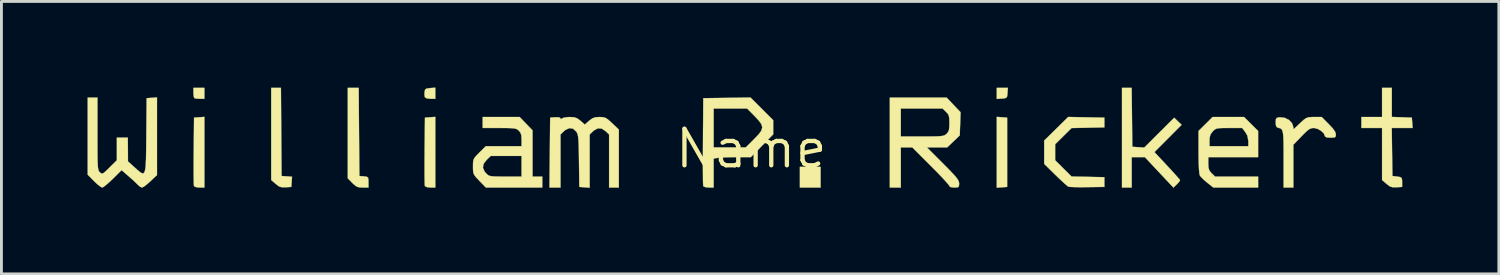
<source format=kicad_pcb>
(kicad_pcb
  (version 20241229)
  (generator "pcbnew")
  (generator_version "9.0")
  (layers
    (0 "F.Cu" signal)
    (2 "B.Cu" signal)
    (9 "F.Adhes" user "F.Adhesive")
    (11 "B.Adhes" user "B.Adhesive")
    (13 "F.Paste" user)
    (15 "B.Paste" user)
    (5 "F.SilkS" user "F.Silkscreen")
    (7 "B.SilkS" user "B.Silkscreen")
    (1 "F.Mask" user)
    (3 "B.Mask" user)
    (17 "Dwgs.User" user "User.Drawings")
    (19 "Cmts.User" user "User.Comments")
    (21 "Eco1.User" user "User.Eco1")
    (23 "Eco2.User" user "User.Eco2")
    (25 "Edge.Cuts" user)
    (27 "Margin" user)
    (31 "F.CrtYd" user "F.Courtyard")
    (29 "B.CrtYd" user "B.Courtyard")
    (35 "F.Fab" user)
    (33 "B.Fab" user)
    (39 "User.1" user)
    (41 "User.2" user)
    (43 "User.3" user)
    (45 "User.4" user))
  (footprint "Name"
    (layer "F.Cu")
    (at 23.119 2.127)
    (property "Reference" "Name" (at 0 0 0) (layer "F.SilkS") (effects (font (size 1.27 1.27) (thickness 0.15))))
    (attr through_hole)
    (fp_poly (pts (xy 2.413 1.355) (xy 1.693 1.355) (xy 1.693 0.635) (xy 2.413 0.635) (xy 2.413 1.355)) (stroke (width 0.01) (type solid)) (fill yes) (layer "F.SilkS"))
    (fp_poly (pts (xy 8.731 -1.093) (xy 8.911 -1.079) (xy 8.911 1.333) (xy 8.731 1.347) (xy 8.551 1.36) (xy 8.551 -1.106) (xy 8.731 -1.093)) (stroke (width 0.01) (type solid)) (fill yes) (layer "F.SilkS"))
    (fp_poly (pts (xy 8.924 -1.937) (xy 8.912 -1.824) (xy 8.88 -1.77) (xy 8.803 -1.75) (xy 8.731 -1.744) (xy 8.551 -1.731) (xy 8.551 -2.117) (xy 8.937 -2.117) (xy 8.924 -1.937)) (stroke (width 0.01) (type solid)) (fill yes) (layer "F.SilkS"))
    (fp_poly (pts (xy -19.05 -1.736) (xy -19.212 -1.736) (xy -19.324 -1.742) (xy -19.396 -1.759) (xy -19.403 -1.764) (xy -19.421 -1.821) (xy -19.431 -1.927) (xy -19.431 -1.954) (xy -19.431 -2.117) (xy -19.05 -2.117) (xy -19.05 -1.736)) (stroke (width 0.01) (type solid)) (fill yes) (layer "F.SilkS"))
    (fp_poly (pts (xy -11.007 -1.736) (xy -11.177 -1.736) (xy -11.307 -1.751) (xy -11.37 -1.793) (xy -11.371 -1.796) (xy -11.384 -1.881) (xy -11.38 -1.976) (xy -11.362 -2.052) (xy -11.316 -2.09) (xy -11.214 -2.106) (xy -11.187 -2.109) (xy -11.007 -2.122) (xy -11.007 -1.736)) (stroke (width 0.01) (type solid)) (fill yes) (layer "F.SilkS"))
    (fp_poly (pts (xy -16.373 -0.582) (xy -16.362 0.953) (xy -15.997 0.979) (xy -16.01 1.156) (xy -16.023 1.333) (xy -16.22 1.346) (xy -16.356 1.346) (xy -16.456 1.312) (xy -16.565 1.229) (xy -16.57 1.225) (xy -16.722 1.092) (xy -16.722 -2.117) (xy -16.384 -2.117) (xy -16.373 -0.582)) (stroke (width 0.01) (type solid)) (fill yes) (layer "F.SilkS"))
    (fp_poly (pts (xy -19.05 1.355) (xy -19.221 1.355) (xy -19.338 1.342) (xy -19.406 1.31) (xy -19.412 1.301) (xy -19.417 1.246) (xy -19.421 1.118) (xy -19.423 0.928) (xy -19.424 0.688) (xy -19.423 0.409) (xy -19.421 0.103) (xy -19.421 0.084) (xy -19.41 -1.079) (xy -19.23 -1.093) (xy -19.05 -1.106) (xy -19.05 1.355)) (stroke (width 0.01) (type solid)) (fill yes) (layer "F.SilkS"))
    (fp_poly (pts (xy -11.007 1.355) (xy -11.177 1.355) (xy -11.295 1.342) (xy -11.363 1.31) (xy -11.369 1.301) (xy -11.374 1.246) (xy -11.377 1.118) (xy -11.38 0.928) (xy -11.381 0.688) (xy -11.38 0.409) (xy -11.378 0.103) (xy -11.378 0.084) (xy -11.367 -1.079) (xy -11.187 -1.093) (xy -11.007 -1.106) (xy -11.007 1.355)) (stroke (width 0.01) (type solid)) (fill yes) (layer "F.SilkS"))
    (fp_poly (pts (xy -13.664 -0.582) (xy -13.652 0.953) (xy -13.494 0.966) (xy -13.396 0.978) (xy -13.35 1.01) (xy -13.336 1.086) (xy -13.335 1.167) (xy -13.335 1.355) (xy -13.538 1.355) (xy -13.669 1.347) (xy -13.763 1.312) (xy -13.86 1.232) (xy -13.898 1.194) (xy -14.055 1.034) (xy -14.055 -2.117) (xy -13.675 -2.117) (xy -13.664 -0.582)) (stroke (width 0.01) (type solid)) (fill yes) (layer "F.SilkS"))
    (fp_poly (pts (xy 22.31 -1.104) (xy 22.659 -1.092) (xy 23.008 -1.079) (xy 23.021 -0.9) (xy 23.034 -0.72) (xy 22.308 -0.72) (xy 22.319 0.116) (xy 22.331 0.953) (xy 22.5 0.974) (xy 22.608 0.992) (xy 22.657 1.029) (xy 22.669 1.112) (xy 22.669 1.164) (xy 22.669 1.333) (xy 22.472 1.346) (xy 22.336 1.346) (xy 22.236 1.312) (xy 22.127 1.229) (xy 22.123 1.225) (xy 21.971 1.092) (xy 21.971 -0.72) (xy 21.251 -0.72) (xy 21.251 -1.101) (xy 21.971 -1.101) (xy 21.971 -2.117) (xy 22.31 -2.117) (xy 22.31 -1.104)) (stroke (width 0.01) (type solid)) (fill yes) (layer "F.SilkS"))
    (fp_poly (pts (xy 13.26 -1.09) (xy 13.271 -0.064) (xy 13.48 -0.05) (xy 13.688 -0.037) (xy 14.209 -0.557) (xy 14.73 -1.076) (xy 14.859 -0.953) (xy 14.988 -0.829) (xy 14.515 -0.354) (xy 14.042 0.12) (xy 14.482 0.592) (xy 14.636 0.758) (xy 14.767 0.902) (xy 14.867 1.014) (xy 14.924 1.081) (xy 14.934 1.095) (xy 14.913 1.141) (xy 14.849 1.217) (xy 14.825 1.241) (xy 14.704 1.357) (xy 14.206 0.827) (xy 13.708 0.296) (xy 13.25 0.296) (xy 13.25 1.355) (xy 12.912 1.355) (xy 12.912 -2.117) (xy 13.249 -2.117) (xy 13.26 -1.09)) (stroke (width 0.01) (type solid)) (fill yes) (layer "F.SilkS"))
    (fp_poly (pts (xy 11.669 -1.091) (xy 12.298 -1.079) (xy 12.298 -0.741) (xy 11.726 -0.729) (xy 11.155 -0.717) (xy 10.869 -0.434) (xy 10.583 -0.15) (xy 10.583 0.404) (xy 10.869 0.688) (xy 11.155 0.971) (xy 11.726 0.983) (xy 12.298 0.995) (xy 12.298 1.333) (xy 11.705 1.341) (xy 11.485 1.343) (xy 11.293 1.341) (xy 11.145 1.336) (xy 11.06 1.328) (xy 11.049 1.326) (xy 10.996 1.289) (xy 10.897 1.203) (xy 10.766 1.082) (xy 10.615 0.937) (xy 10.594 0.917) (xy 10.202 0.531) (xy 10.202 -0.28) (xy 10.621 -0.692) (xy 11.039 -1.103) (xy 11.669 -1.091)) (stroke (width 0.01) (type solid)) (fill yes) (layer "F.SilkS"))
    (fp_poly (pts (xy 0.762 -0.99) (xy 0.762 -0.497) (xy 0.373 -0.1) (xy -0.016 0.296) (xy -0.532 0.296) (xy -0.746 0.298) (xy -0.94 0.304) (xy -1.094 0.313) (xy -1.18 0.323) (xy -1.312 0.349) (xy -1.312 1.355) (xy -1.483 1.355) (xy -1.6 1.342) (xy -1.668 1.311) (xy -1.674 1.302) (xy -1.678 1.248) (xy -1.682 1.12) (xy -1.684 0.927) (xy -1.686 0.68) (xy -1.686 0.387) (xy -1.685 0.06) (xy -1.683 -0.254) (xy -1.675 -1.397) (xy -1.312 -1.397) (xy -1.312 -0.042) (xy -0.193 -0.042) (xy 0.094 -0.327) (xy 0.255 -0.495) (xy 0.351 -0.627) (xy 0.382 -0.742) (xy 0.35 -0.855) (xy 0.254 -0.987) (xy 0.118 -1.131) (xy -0.146 -1.397) (xy -1.312 -1.397) (xy -1.675 -1.397) (xy -1.672 -1.757) (xy -0.85 -1.768) (xy -0.028 -1.78) (xy 0.762 -0.99)) (stroke (width 0.01) (type solid)) (fill yes) (layer "F.SilkS"))
    (fp_poly (pts (xy 17.408 -0.859) (xy 17.653 -0.616) (xy 17.653 0.296) (xy 15.917 0.296) (xy 15.917 0.521) (xy 15.925 0.666) (xy 15.955 0.762) (xy 16.021 0.845) (xy 16.036 0.86) (xy 16.155 0.974) (xy 17.653 0.974) (xy 17.653 1.355) (xy 16.094 1.355) (xy 15.88 1.186) (xy 15.761 1.084) (xy 15.666 0.99) (xy 15.623 0.934) (xy 15.607 0.863) (xy 15.594 0.72) (xy 15.585 0.518) (xy 15.579 0.272) (xy 15.579 0.118) (xy 15.579 -0.283) (xy 15.96 -0.283) (xy 15.96 -0.085) (xy 17.314 -0.085) (xy 17.314 -0.261) (xy 17.281 -0.449) (xy 17.206 -0.578) (xy 17.098 -0.72) (xy 16.643 -0.72) (xy 16.441 -0.719) (xy 16.304 -0.713) (xy 16.215 -0.699) (xy 16.154 -0.673) (xy 16.102 -0.631) (xy 16.073 -0.601) (xy 15.996 -0.498) (xy 15.964 -0.38) (xy 15.96 -0.283) (xy 15.579 -0.283) (xy 15.579 -0.616) (xy 15.823 -0.859) (xy 16.068 -1.101) (xy 17.164 -1.101) (xy 17.408 -0.859)) (stroke (width 0.01) (type solid)) (fill yes) (layer "F.SilkS"))
    (fp_poly (pts (xy -7.62 -0.637) (xy -7.62 0.974) (xy -7.281 0.974) (xy -7.281 1.355) (xy -9.245 1.355) (xy -9.47 1.123) (xy -9.583 1.003) (xy -9.65 0.916) (xy -9.683 0.834) (xy -9.693 0.731) (xy -9.694 0.662) (xy -9.349 0.662) (xy -9.292 0.796) (xy -9.242 0.855) (xy -9.194 0.903) (xy -9.146 0.936) (xy -9.083 0.956) (xy -8.989 0.968) (xy -8.847 0.973) (xy -8.642 0.974) (xy -8.565 0.974) (xy -8.001 0.974) (xy -8.001 0.254) (xy -9.076 0.254) (xy -9.216 0.389) (xy -9.324 0.529) (xy -9.349 0.662) (xy -9.694 0.662) (xy -9.694 0.624) (xy -9.692 0.485) (xy -9.677 0.391) (xy -9.636 0.312) (xy -9.556 0.222) (xy -9.471 0.136) (xy -9.247 -0.085) (xy -8.001 -0.085) (xy -8.001 -0.31) (xy -8.009 -0.46) (xy -8.041 -0.557) (xy -8.099 -0.628) (xy -8.144 -0.665) (xy -8.198 -0.69) (xy -8.276 -0.706) (xy -8.394 -0.715) (xy -8.568 -0.719) (xy -8.776 -0.72) (xy -9.356 -0.72) (xy -9.356 -1.101) (xy -8.069 -1.101) (xy -7.62 -0.637)) (stroke (width 0.01) (type solid)) (fill yes) (layer "F.SilkS"))
    (fp_poly (pts (xy -5.173 -1.096) (xy -5.085 -1.074) (xy -4.999 -1.021) (xy -4.889 -0.924) (xy -4.845 -0.883) (xy -4.614 -0.665) (xy -4.614 1.355) (xy -4.953 1.355) (xy -4.953 -0.492) (xy -5.072 -0.606) (xy -5.21 -0.699) (xy -5.346 -0.707) (xy -5.483 -0.632) (xy -5.512 -0.606) (xy -5.63 -0.492) (xy -5.63 1.36) (xy -5.81 1.347) (xy -5.99 1.333) (xy -6.002 0.429) (xy -6.006 0.127) (xy -6.011 -0.103) (xy -6.018 -0.272) (xy -6.029 -0.392) (xy -6.043 -0.476) (xy -6.063 -0.536) (xy -6.09 -0.584) (xy -6.1 -0.598) (xy -6.21 -0.697) (xy -6.337 -0.714) (xy -6.475 -0.651) (xy -6.528 -0.606) (xy -6.646 -0.492) (xy -6.646 1.355) (xy -7.029 1.355) (xy -7.006 -1.079) (xy -6.826 -1.093) (xy -6.7 -1.091) (xy -6.648 -1.063) (xy -6.646 -1.052) (xy -6.634 -1.021) (xy -6.596 -1.05) (xy -6.526 -1.079) (xy -6.406 -1.097) (xy -6.322 -1.101) (xy -6.173 -1.092) (xy -6.065 -1.056) (xy -5.959 -0.978) (xy -5.949 -0.969) (xy -5.8 -0.838) (xy -5.65 -0.969) (xy -5.537 -1.054) (xy -5.426 -1.092) (xy -5.288 -1.101) (xy -5.173 -1.096)) (stroke (width 0.01) (type solid)) (fill yes) (layer "F.SilkS"))
    (fp_poly (pts (xy 20.115 -0.853) (xy 20.256 -0.702) (xy 20.336 -0.587) (xy 20.362 -0.498) (xy 20.362 -0.494) (xy 20.355 -0.424) (xy 20.319 -0.391) (xy 20.231 -0.382) (xy 20.172 -0.381) (xy 20.038 -0.392) (xy 19.983 -0.426) (xy 19.981 -0.437) (xy 19.945 -0.526) (xy 19.852 -0.616) (xy 19.731 -0.687) (xy 19.607 -0.719) (xy 19.594 -0.72) (xy 19.516 -0.712) (xy 19.441 -0.681) (xy 19.353 -0.615) (xy 19.235 -0.502) (xy 19.163 -0.427) (xy 18.881 -0.135) (xy 18.881 1.355) (xy 18.542 1.355) (xy 18.542 0.365) (xy 18.542 0.039) (xy 18.539 -0.212) (xy 18.533 -0.399) (xy 18.521 -0.531) (xy 18.502 -0.619) (xy 18.473 -0.674) (xy 18.434 -0.704) (xy 18.382 -0.72) (xy 18.352 -0.726) (xy 18.295 -0.755) (xy 18.27 -0.827) (xy 18.267 -0.911) (xy 18.272 -1.019) (xy 18.302 -1.07) (xy 18.377 -1.088) (xy 18.415 -1.091) (xy 18.582 -1.072) (xy 18.73 -0.998) (xy 18.834 -0.885) (xy 18.866 -0.803) (xy 18.892 -0.675) (xy 19.116 -0.888) (xy 19.236 -0.998) (xy 19.324 -1.061) (xy 19.409 -1.091) (xy 19.52 -1.1) (xy 19.605 -1.101) (xy 19.868 -1.101) (xy 20.115 -0.853)) (stroke (width 0.01) (type solid)) (fill yes) (layer "F.SilkS"))
    (fp_poly (pts (xy 7.046 -1.523) (xy 7.289 -1.268) (xy 7.275 -0.864) (xy 7.26 -0.46) (xy 7.041 -0.251) (xy 6.822 -0.042) (xy 6.118 -0.042) (xy 6.679 0.519) (xy 6.879 0.721) (xy 7.025 0.874) (xy 7.127 0.989) (xy 7.191 1.074) (xy 7.225 1.14) (xy 7.238 1.196) (xy 7.239 1.218) (xy 7.233 1.305) (xy 7.199 1.344) (xy 7.113 1.354) (xy 7.07 1.355) (xy 6.949 1.342) (xy 6.901 1.307) (xy 6.9 1.301) (xy 6.872 1.257) (xy 6.791 1.163) (xy 6.668 1.028) (xy 6.51 0.862) (xy 6.327 0.676) (xy 6.254 0.603) (xy 5.608 -0.042) (xy 5.207 -0.042) (xy 5.207 1.355) (xy 4.826 1.355) (xy 4.826 -1.397) (xy 5.207 -1.397) (xy 5.207 -0.423) (xy 5.956 -0.423) (xy 6.226 -0.424) (xy 6.424 -0.426) (xy 6.564 -0.432) (xy 6.659 -0.443) (xy 6.723 -0.461) (xy 6.768 -0.486) (xy 6.802 -0.515) (xy 6.857 -0.58) (xy 6.887 -0.66) (xy 6.899 -0.782) (xy 6.9 -0.888) (xy 6.897 -1.046) (xy 6.88 -1.147) (xy 6.841 -1.22) (xy 6.782 -1.283) (xy 6.663 -1.397) (xy 5.207 -1.397) (xy 4.826 -1.397) (xy 4.826 -1.778) (xy 5.814 -1.778) (xy 6.803 -1.778) (xy 7.046 -1.523)) (stroke (width 0.01) (type solid)) (fill yes) (layer "F.SilkS"))
    (fp_poly (pts (xy -20.701 0.919) (xy -20.931 1.137) (xy -21.05 1.242) (xy -21.152 1.32) (xy -21.216 1.354) (xy -21.221 1.355) (xy -21.291 1.326) (xy -21.361 1.265) (xy -21.433 1.194) (xy -21.545 1.089) (xy -21.676 0.973) (xy -21.688 0.962) (xy -21.934 0.749) (xy -22.239 1.052) (xy -22.374 1.179) (xy -22.492 1.28) (xy -22.577 1.342) (xy -22.608 1.355) (xy -22.668 1.326) (xy -22.765 1.251) (xy -22.88 1.145) (xy -22.893 1.131) (xy -23.114 0.908) (xy -23.114 -1.778) (xy -22.775 -1.778) (xy -22.775 -0.515) (xy -22.775 -0.154) (xy -22.774 0.132) (xy -22.772 0.351) (xy -22.767 0.515) (xy -22.76 0.632) (xy -22.749 0.712) (xy -22.735 0.764) (xy -22.716 0.799) (xy -22.692 0.824) (xy -22.689 0.827) (xy -22.645 0.862) (xy -22.604 0.87) (xy -22.55 0.842) (xy -22.468 0.769) (xy -22.351 0.655) (xy -22.098 0.405) (xy -22.098 -0.381) (xy -21.717 -0.381) (xy -21.714 0.032) (xy -21.712 0.445) (xy -21.46 0.672) (xy -21.36 0.761) (xy -21.28 0.826) (xy -21.217 0.861) (xy -21.169 0.859) (xy -21.134 0.814) (xy -21.109 0.719) (xy -21.093 0.569) (xy -21.083 0.356) (xy -21.078 0.075) (xy -21.074 -0.282) (xy -21.072 -0.481) (xy -21.061 -1.757) (xy -20.881 -1.77) (xy -20.701 -1.783) (xy -20.701 0.919)) (stroke (width 0.01) (type solid)) (fill yes) (layer "F.SilkS")))
  (gr_rect
    (start -3 -3)
    (end 49.158 6.491)
    (stroke (width 0.1) (type default))
    (fill no)
    (layer "Edge.Cuts")))
</source>
